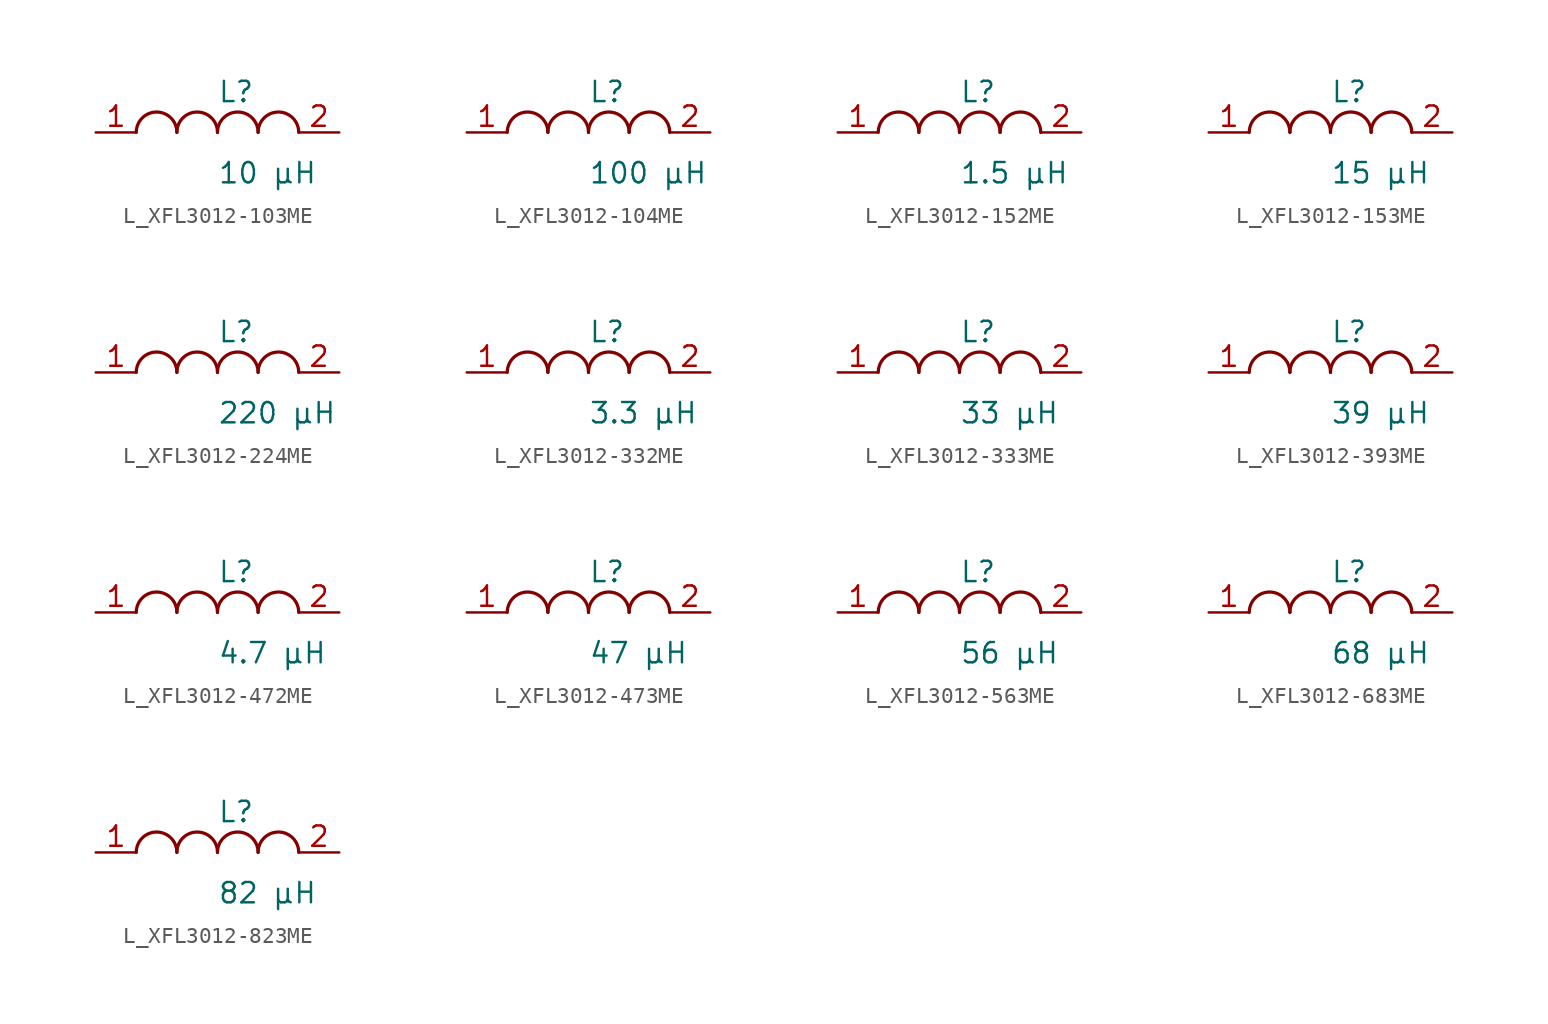
<source format=kicad_sym>
(kicad_symbol_lib
  (version 20231120)
  (generator kicad_symbol_editor)
  (generator_version 8.0)
  (symbol "L_XFL3012-103ME"
    (pin_names
      (offset 0.254))
    (property "Reference" "L"
      (at 0 2.54 0)
      (effects (font (size 1.27 1.27)) (justify left)))
    (property "Value" "10 µH"
      (at 0 -2.54 0)
      (effects (font (size 1.27 1.27)) (justify left)))
    (symbol "L_XFL3012-103ME_1_1"
      (arc (start -2.54 0.0056) (mid -3.81 1.27) (end -5.08 0.0056) (stroke (width 0.2032) (type default)) (fill (type none)))
      (arc (start 0 0.0056) (mid -1.27 1.27) (end -2.54 0.0056) (stroke (width 0.2032) (type default)) (fill (type none)))
      (arc (start 2.54 0.0056) (mid 1.27 1.27) (end 0 0.0056) (stroke (width 0.2032) (type default)) (fill (type none)))
      (arc (start 5.08 0.0056) (mid 3.81 1.27) (end 2.54 0.0056) (stroke (width 0.2032) (type default)) (fill (type none)))
      (pin unspecified line (at -7.62 0 0) (length 2.54) (name "" (effects (font (size 1.27 1.27)))) (number "1" (effects (font (size 1.27 1.27)))))
      (pin unspecified line (at 7.62 0 180) (length 2.54) (name "" (effects (font (size 1.27 1.27)))) (number "2" (effects (font (size 1.27 1.27)))))))
  (symbol "L_XFL3012-104ME"
    (pin_names
      (offset 0.254))
    (property "Reference" "L"
      (at 0 2.54 0)
      (effects (font (size 1.27 1.27)) (justify left)))
    (property "Value" "100 µH"
      (at 0 -2.54 0)
      (effects (font (size 1.27 1.27)) (justify left)))
    (symbol "L_XFL3012-104ME_1_1"
      (arc (start -2.54 0.0056) (mid -3.81 1.27) (end -5.08 0.0056) (stroke (width 0.2032) (type default)) (fill (type none)))
      (arc (start 0 0.0056) (mid -1.27 1.27) (end -2.54 0.0056) (stroke (width 0.2032) (type default)) (fill (type none)))
      (arc (start 2.54 0.0056) (mid 1.27 1.27) (end 0 0.0056) (stroke (width 0.2032) (type default)) (fill (type none)))
      (arc (start 5.08 0.0056) (mid 3.81 1.27) (end 2.54 0.0056) (stroke (width 0.2032) (type default)) (fill (type none)))
      (pin unspecified line (at -7.62 0 0) (length 2.54) (name "" (effects (font (size 1.27 1.27)))) (number "1" (effects (font (size 1.27 1.27)))))
      (pin unspecified line (at 7.62 0 180) (length 2.54) (name "" (effects (font (size 1.27 1.27)))) (number "2" (effects (font (size 1.27 1.27)))))))
  (symbol "L_XFL3012-152ME"
    (pin_names
      (offset 0.254))
    (property "Reference" "L"
      (at 0 2.54 0)
      (effects (font (size 1.27 1.27)) (justify left)))
    (property "Value" "1.5 µH"
      (at 0 -2.54 0)
      (effects (font (size 1.27 1.27)) (justify left)))
    (symbol "L_XFL3012-152ME_1_1"
      (arc (start -2.54 0.0056) (mid -3.81 1.27) (end -5.08 0.0056) (stroke (width 0.2032) (type default)) (fill (type none)))
      (arc (start 0 0.0056) (mid -1.27 1.27) (end -2.54 0.0056) (stroke (width 0.2032) (type default)) (fill (type none)))
      (arc (start 2.54 0.0056) (mid 1.27 1.27) (end 0 0.0056) (stroke (width 0.2032) (type default)) (fill (type none)))
      (arc (start 5.08 0.0056) (mid 3.81 1.27) (end 2.54 0.0056) (stroke (width 0.2032) (type default)) (fill (type none)))
      (pin unspecified line (at -7.62 0 0) (length 2.54) (name "" (effects (font (size 1.27 1.27)))) (number "1" (effects (font (size 1.27 1.27)))))
      (pin unspecified line (at 7.62 0 180) (length 2.54) (name "" (effects (font (size 1.27 1.27)))) (number "2" (effects (font (size 1.27 1.27)))))))
  (symbol "L_XFL3012-153ME"
    (pin_names
      (offset 0.254))
    (property "Reference" "L"
      (at 0 2.54 0)
      (effects (font (size 1.27 1.27)) (justify left)))
    (property "Value" "15 µH"
      (at 0 -2.54 0)
      (effects (font (size 1.27 1.27)) (justify left)))
    (symbol "L_XFL3012-153ME_1_1"
      (arc (start -2.54 0.0056) (mid -3.81 1.27) (end -5.08 0.0056) (stroke (width 0.2032) (type default)) (fill (type none)))
      (arc (start 0 0.0056) (mid -1.27 1.27) (end -2.54 0.0056) (stroke (width 0.2032) (type default)) (fill (type none)))
      (arc (start 2.54 0.0056) (mid 1.27 1.27) (end 0 0.0056) (stroke (width 0.2032) (type default)) (fill (type none)))
      (arc (start 5.08 0.0056) (mid 3.81 1.27) (end 2.54 0.0056) (stroke (width 0.2032) (type default)) (fill (type none)))
      (pin unspecified line (at -7.62 0 0) (length 2.54) (name "" (effects (font (size 1.27 1.27)))) (number "1" (effects (font (size 1.27 1.27)))))
      (pin unspecified line (at 7.62 0 180) (length 2.54) (name "" (effects (font (size 1.27 1.27)))) (number "2" (effects (font (size 1.27 1.27)))))))
  (symbol "L_XFL3012-224ME"
    (pin_names
      (offset 0.254))
    (property "Reference" "L"
      (at 0 2.54 0)
      (effects (font (size 1.27 1.27)) (justify left)))
    (property "Value" "220 µH"
      (at 0 -2.54 0)
      (effects (font (size 1.27 1.27)) (justify left)))
    (symbol "L_XFL3012-224ME_1_1"
      (arc (start -2.54 0.0056) (mid -3.81 1.27) (end -5.08 0.0056) (stroke (width 0.2032) (type default)) (fill (type none)))
      (arc (start 0 0.0056) (mid -1.27 1.27) (end -2.54 0.0056) (stroke (width 0.2032) (type default)) (fill (type none)))
      (arc (start 2.54 0.0056) (mid 1.27 1.27) (end 0 0.0056) (stroke (width 0.2032) (type default)) (fill (type none)))
      (arc (start 5.08 0.0056) (mid 3.81 1.27) (end 2.54 0.0056) (stroke (width 0.2032) (type default)) (fill (type none)))
      (pin unspecified line (at -7.62 0 0) (length 2.54) (name "" (effects (font (size 1.27 1.27)))) (number "1" (effects (font (size 1.27 1.27)))))
      (pin unspecified line (at 7.62 0 180) (length 2.54) (name "" (effects (font (size 1.27 1.27)))) (number "2" (effects (font (size 1.27 1.27)))))))
  (symbol "L_XFL3012-332ME"
    (pin_names
      (offset 0.254))
    (property "Reference" "L"
      (at 0 2.54 0)
      (effects (font (size 1.27 1.27)) (justify left)))
    (property "Value" "3.3 µH"
      (at 0 -2.54 0)
      (effects (font (size 1.27 1.27)) (justify left)))
    (symbol "L_XFL3012-332ME_1_1"
      (arc (start -2.54 0.0056) (mid -3.81 1.27) (end -5.08 0.0056) (stroke (width 0.2032) (type default)) (fill (type none)))
      (arc (start 0 0.0056) (mid -1.27 1.27) (end -2.54 0.0056) (stroke (width 0.2032) (type default)) (fill (type none)))
      (arc (start 2.54 0.0056) (mid 1.27 1.27) (end 0 0.0056) (stroke (width 0.2032) (type default)) (fill (type none)))
      (arc (start 5.08 0.0056) (mid 3.81 1.27) (end 2.54 0.0056) (stroke (width 0.2032) (type default)) (fill (type none)))
      (pin unspecified line (at -7.62 0 0) (length 2.54) (name "" (effects (font (size 1.27 1.27)))) (number "1" (effects (font (size 1.27 1.27)))))
      (pin unspecified line (at 7.62 0 180) (length 2.54) (name "" (effects (font (size 1.27 1.27)))) (number "2" (effects (font (size 1.27 1.27)))))))
  (symbol "L_XFL3012-333ME"
    (pin_names
      (offset 0.254))
    (property "Reference" "L"
      (at 0 2.54 0)
      (effects (font (size 1.27 1.27)) (justify left)))
    (property "Value" "33 µH"
      (at 0 -2.54 0)
      (effects (font (size 1.27 1.27)) (justify left)))
    (symbol "L_XFL3012-333ME_1_1"
      (arc (start -2.54 0.0056) (mid -3.81 1.27) (end -5.08 0.0056) (stroke (width 0.2032) (type default)) (fill (type none)))
      (arc (start 0 0.0056) (mid -1.27 1.27) (end -2.54 0.0056) (stroke (width 0.2032) (type default)) (fill (type none)))
      (arc (start 2.54 0.0056) (mid 1.27 1.27) (end 0 0.0056) (stroke (width 0.2032) (type default)) (fill (type none)))
      (arc (start 5.08 0.0056) (mid 3.81 1.27) (end 2.54 0.0056) (stroke (width 0.2032) (type default)) (fill (type none)))
      (pin unspecified line (at -7.62 0 0) (length 2.54) (name "" (effects (font (size 1.27 1.27)))) (number "1" (effects (font (size 1.27 1.27)))))
      (pin unspecified line (at 7.62 0 180) (length 2.54) (name "" (effects (font (size 1.27 1.27)))) (number "2" (effects (font (size 1.27 1.27)))))))
  (symbol "L_XFL3012-393ME"
    (pin_names
      (offset 0.254))
    (property "Reference" "L"
      (at 0 2.54 0)
      (effects (font (size 1.27 1.27)) (justify left)))
    (property "Value" "39 µH"
      (at 0 -2.54 0)
      (effects (font (size 1.27 1.27)) (justify left)))
    (symbol "L_XFL3012-393ME_1_1"
      (arc (start -2.54 0.0056) (mid -3.81 1.27) (end -5.08 0.0056) (stroke (width 0.2032) (type default)) (fill (type none)))
      (arc (start 0 0.0056) (mid -1.27 1.27) (end -2.54 0.0056) (stroke (width 0.2032) (type default)) (fill (type none)))
      (arc (start 2.54 0.0056) (mid 1.27 1.27) (end 0 0.0056) (stroke (width 0.2032) (type default)) (fill (type none)))
      (arc (start 5.08 0.0056) (mid 3.81 1.27) (end 2.54 0.0056) (stroke (width 0.2032) (type default)) (fill (type none)))
      (pin unspecified line (at -7.62 0 0) (length 2.54) (name "" (effects (font (size 1.27 1.27)))) (number "1" (effects (font (size 1.27 1.27)))))
      (pin unspecified line (at 7.62 0 180) (length 2.54) (name "" (effects (font (size 1.27 1.27)))) (number "2" (effects (font (size 1.27 1.27)))))))
  (symbol "L_XFL3012-472ME"
    (pin_names
      (offset 0.254))
    (property "Reference" "L"
      (at 0 2.54 0)
      (effects (font (size 1.27 1.27)) (justify left)))
    (property "Value" "4.7 µH"
      (at 0 -2.54 0)
      (effects (font (size 1.27 1.27)) (justify left)))
    (symbol "L_XFL3012-472ME_1_1"
      (arc (start -2.54 0.0056) (mid -3.81 1.27) (end -5.08 0.0056) (stroke (width 0.2032) (type default)) (fill (type none)))
      (arc (start 0 0.0056) (mid -1.27 1.27) (end -2.54 0.0056) (stroke (width 0.2032) (type default)) (fill (type none)))
      (arc (start 2.54 0.0056) (mid 1.27 1.27) (end 0 0.0056) (stroke (width 0.2032) (type default)) (fill (type none)))
      (arc (start 5.08 0.0056) (mid 3.81 1.27) (end 2.54 0.0056) (stroke (width 0.2032) (type default)) (fill (type none)))
      (pin unspecified line (at -7.62 0 0) (length 2.54) (name "" (effects (font (size 1.27 1.27)))) (number "1" (effects (font (size 1.27 1.27)))))
      (pin unspecified line (at 7.62 0 180) (length 2.54) (name "" (effects (font (size 1.27 1.27)))) (number "2" (effects (font (size 1.27 1.27)))))))
  (symbol "L_XFL3012-473ME"
    (pin_names
      (offset 0.254))
    (property "Reference" "L"
      (at 0 2.54 0)
      (effects (font (size 1.27 1.27)) (justify left)))
    (property "Value" "47 µH"
      (at 0 -2.54 0)
      (effects (font (size 1.27 1.27)) (justify left)))
    (symbol "L_XFL3012-473ME_1_1"
      (arc (start -2.54 0.0056) (mid -3.81 1.27) (end -5.08 0.0056) (stroke (width 0.2032) (type default)) (fill (type none)))
      (arc (start 0 0.0056) (mid -1.27 1.27) (end -2.54 0.0056) (stroke (width 0.2032) (type default)) (fill (type none)))
      (arc (start 2.54 0.0056) (mid 1.27 1.27) (end 0 0.0056) (stroke (width 0.2032) (type default)) (fill (type none)))
      (arc (start 5.08 0.0056) (mid 3.81 1.27) (end 2.54 0.0056) (stroke (width 0.2032) (type default)) (fill (type none)))
      (pin unspecified line (at -7.62 0 0) (length 2.54) (name "" (effects (font (size 1.27 1.27)))) (number "1" (effects (font (size 1.27 1.27)))))
      (pin unspecified line (at 7.62 0 180) (length 2.54) (name "" (effects (font (size 1.27 1.27)))) (number "2" (effects (font (size 1.27 1.27)))))))
  (symbol "L_XFL3012-563ME"
    (pin_names
      (offset 0.254))
    (property "Reference" "L"
      (at 0 2.54 0)
      (effects (font (size 1.27 1.27)) (justify left)))
    (property "Value" "56 µH"
      (at 0 -2.54 0)
      (effects (font (size 1.27 1.27)) (justify left)))
    (symbol "L_XFL3012-563ME_1_1"
      (arc (start -2.54 0.0056) (mid -3.81 1.27) (end -5.08 0.0056) (stroke (width 0.2032) (type default)) (fill (type none)))
      (arc (start 0 0.0056) (mid -1.27 1.27) (end -2.54 0.0056) (stroke (width 0.2032) (type default)) (fill (type none)))
      (arc (start 2.54 0.0056) (mid 1.27 1.27) (end 0 0.0056) (stroke (width 0.2032) (type default)) (fill (type none)))
      (arc (start 5.08 0.0056) (mid 3.81 1.27) (end 2.54 0.0056) (stroke (width 0.2032) (type default)) (fill (type none)))
      (pin unspecified line (at -7.62 0 0) (length 2.54) (name "" (effects (font (size 1.27 1.27)))) (number "1" (effects (font (size 1.27 1.27)))))
      (pin unspecified line (at 7.62 0 180) (length 2.54) (name "" (effects (font (size 1.27 1.27)))) (number "2" (effects (font (size 1.27 1.27)))))))
  (symbol "L_XFL3012-683ME"
    (pin_names
      (offset 0.254))
    (property "Reference" "L"
      (at 0 2.54 0)
      (effects (font (size 1.27 1.27)) (justify left)))
    (property "Value" "68 µH"
      (at 0 -2.54 0)
      (effects (font (size 1.27 1.27)) (justify left)))
    (symbol "L_XFL3012-683ME_1_1"
      (arc (start -2.54 0.0056) (mid -3.81 1.27) (end -5.08 0.0056) (stroke (width 0.2032) (type default)) (fill (type none)))
      (arc (start 0 0.0056) (mid -1.27 1.27) (end -2.54 0.0056) (stroke (width 0.2032) (type default)) (fill (type none)))
      (arc (start 2.54 0.0056) (mid 1.27 1.27) (end 0 0.0056) (stroke (width 0.2032) (type default)) (fill (type none)))
      (arc (start 5.08 0.0056) (mid 3.81 1.27) (end 2.54 0.0056) (stroke (width 0.2032) (type default)) (fill (type none)))
      (pin unspecified line (at -7.62 0 0) (length 2.54) (name "" (effects (font (size 1.27 1.27)))) (number "1" (effects (font (size 1.27 1.27)))))
      (pin unspecified line (at 7.62 0 180) (length 2.54) (name "" (effects (font (size 1.27 1.27)))) (number "2" (effects (font (size 1.27 1.27)))))))
  (symbol "L_XFL3012-823ME"
    (pin_names
      (offset 0.254))
    (property "Reference" "L"
      (at 0 2.54 0)
      (effects (font (size 1.27 1.27)) (justify left)))
    (property "Value" "82 µH"
      (at 0 -2.54 0)
      (effects (font (size 1.27 1.27)) (justify left)))
    (symbol "L_XFL3012-823ME_1_1"
      (arc (start -2.54 0.0056) (mid -3.81 1.27) (end -5.08 0.0056) (stroke (width 0.2032) (type default)) (fill (type none)))
      (arc (start 0 0.0056) (mid -1.27 1.27) (end -2.54 0.0056) (stroke (width 0.2032) (type default)) (fill (type none)))
      (arc (start 2.54 0.0056) (mid 1.27 1.27) (end 0 0.0056) (stroke (width 0.2032) (type default)) (fill (type none)))
      (arc (start 5.08 0.0056) (mid 3.81 1.27) (end 2.54 0.0056) (stroke (width 0.2032) (type default)) (fill (type none)))
      (pin unspecified line (at -7.62 0 0) (length 2.54) (name "" (effects (font (size 1.27 1.27)))) (number "1" (effects (font (size 1.27 1.27)))))
      (pin unspecified line (at 7.62 0 180) (length 2.54) (name "" (effects (font (size 1.27 1.27)))) (number "2" (effects (font (size 1.27 1.27))))))))
</source>
